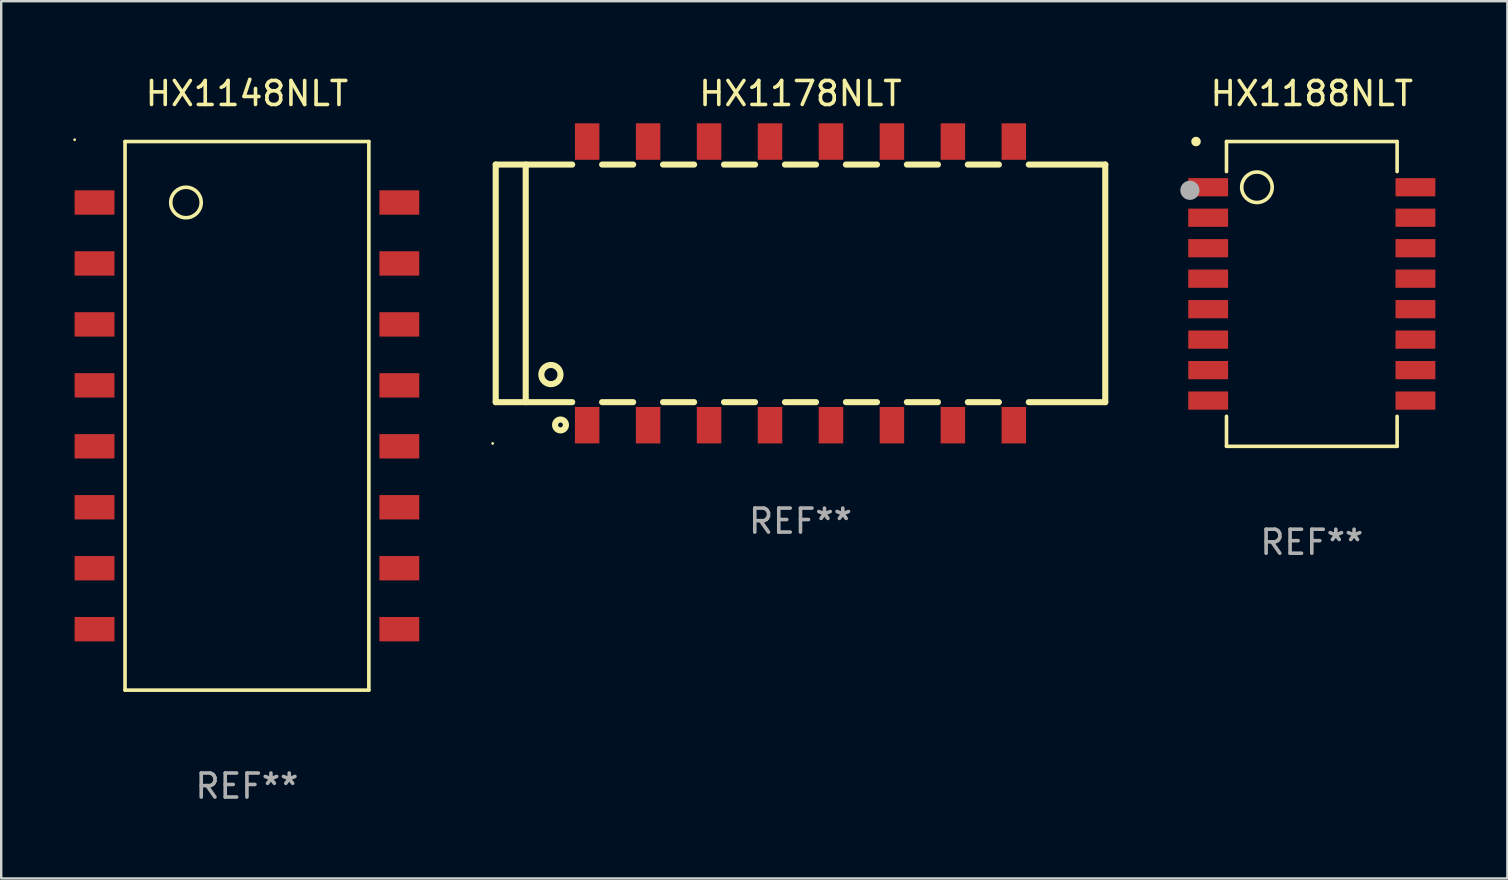
<source format=kicad_pcb>
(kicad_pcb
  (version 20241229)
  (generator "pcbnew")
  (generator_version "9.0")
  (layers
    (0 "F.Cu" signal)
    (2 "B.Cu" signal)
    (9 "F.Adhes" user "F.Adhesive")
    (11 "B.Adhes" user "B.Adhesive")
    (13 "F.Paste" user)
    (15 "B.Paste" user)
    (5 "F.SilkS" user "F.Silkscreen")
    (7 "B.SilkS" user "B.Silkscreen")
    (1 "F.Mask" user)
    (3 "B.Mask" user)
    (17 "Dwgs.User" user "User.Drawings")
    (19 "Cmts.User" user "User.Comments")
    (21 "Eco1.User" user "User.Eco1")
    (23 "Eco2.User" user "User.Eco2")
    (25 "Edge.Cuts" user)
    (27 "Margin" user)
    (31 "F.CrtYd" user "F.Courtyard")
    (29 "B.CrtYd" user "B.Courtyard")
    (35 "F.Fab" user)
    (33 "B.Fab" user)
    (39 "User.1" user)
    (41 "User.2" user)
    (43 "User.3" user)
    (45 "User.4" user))
  (footprint "HX1188NLT"
    (layer "F.Cu")
    (at 51.614 9.198)
    (property "Reference" "HX1188NLT" (at 0 -8.35 0) (layer "F.SilkS") (effects (font (size 1 1) (thickness 0.15))))
    (attr through_hole)
    (fp_line (start -3.555 -6.35) (end 3.555 -6.35) (stroke (width 0.15) (type solid)) (layer "F.SilkS"))
    (fp_line (start -3.555 -5.1) (end -3.555 -6.35) (stroke (width 0.15) (type solid)) (layer "F.SilkS"))
    (fp_line (start -3.555 6.35) (end -3.555 5.1) (stroke (width 0.15) (type solid)) (layer "F.SilkS"))
    (fp_line (start -3.555 6.35) (end 3.555 6.35) (stroke (width 0.15) (type solid)) (layer "F.SilkS"))
    (fp_line (start 3.555 -5.1) (end 3.555 -6.35) (stroke (width 0.15) (type solid)) (layer "F.SilkS"))
    (fp_line (start 3.555 6.35) (end 3.555 5.1) (stroke (width 0.15) (type solid)) (layer "F.SilkS"))
    (fp_circle (center -4.825 -6.35) (end -4.725 -6.35) (stroke (width 0.2) (type solid)) (fill no) (layer "F.SilkS"))
    (fp_circle (center -2.286 -4.445) (end -1.651 -4.445) (stroke (width 0.15) (type solid)) (fill no) (layer "F.SilkS"))
    (fp_circle (center -5.08 -4.318) (end -4.88 -4.318) (stroke (width 0.4) (type solid)) (fill no) (layer "F.Fab"))
    (fp_text user "REF**" (at 0 10.35 0) (layer "F.Fab") (effects (font (size 1 1) (thickness 0.15))))
    (pad "1" smd rect (at -4.318 -4.445 90) (size 0.76 1.66) (layers "F.Cu" "F.Mask" "F.Paste"))
    (pad "2" smd rect (at -4.318 -3.175 90) (size 0.76 1.66) (layers "F.Cu" "F.Mask" "F.Paste"))
    (pad "3" smd rect (at -4.318 -1.905 90) (size 0.76 1.66) (layers "F.Cu" "F.Mask" "F.Paste"))
    (pad "4" smd rect (at -4.318 -0.635 90) (size 0.76 1.66) (layers "F.Cu" "F.Mask" "F.Paste"))
    (pad "5" smd rect (at -4.318 0.635 90) (size 0.76 1.66) (layers "F.Cu" "F.Mask" "F.Paste"))
    (pad "6" smd rect (at -4.318 1.905 90) (size 0.76 1.66) (layers "F.Cu" "F.Mask" "F.Paste"))
    (pad "7" smd rect (at -4.318 3.175 90) (size 0.76 1.66) (layers "F.Cu" "F.Mask" "F.Paste"))
    (pad "8" smd rect (at -4.318 4.445 90) (size 0.76 1.66) (layers "F.Cu" "F.Mask" "F.Paste"))
    (pad "9" smd rect (at 4.318 4.445 90) (size 0.76 1.66) (layers "F.Cu" "F.Mask" "F.Paste"))
    (pad "10" smd rect (at 4.318 3.175 90) (size 0.76 1.66) (layers "F.Cu" "F.Mask" "F.Paste"))
    (pad "11" smd rect (at 4.318 1.905 90) (size 0.76 1.66) (layers "F.Cu" "F.Mask" "F.Paste"))
    (pad "12" smd rect (at 4.318 0.635 90) (size 0.76 1.66) (layers "F.Cu" "F.Mask" "F.Paste"))
    (pad "13" smd rect (at 4.318 -0.635 90) (size 0.76 1.66) (layers "F.Cu" "F.Mask" "F.Paste"))
    (pad "14" smd rect (at 4.318 -1.905 90) (size 0.76 1.66) (layers "F.Cu" "F.Mask" "F.Paste"))
    (pad "15" smd rect (at 4.318 -3.175 90) (size 0.76 1.66) (layers "F.Cu" "F.Mask" "F.Paste"))
    (pad "16" smd rect (at 4.318 -4.445 90) (size 0.76 1.66) (layers "F.Cu" "F.Mask" "F.Paste")))
  (footprint "HX1148NLT"
    (layer "F.Cu")
    (at 7.24 14.278)
    (property "Reference" "HX1148NLT" (at 0 -13.43 0) (layer "F.SilkS") (effects (font (size 1 1) (thickness 0.15))))
    (attr through_hole)
    (fp_line (start -5.08 -11.43) (end -5.08 11.43) (stroke (width 0.15) (type solid)) (layer "F.SilkS"))
    (fp_line (start -5.08 -11.43) (end 5.08 -11.43) (stroke (width 0.15) (type solid)) (layer "F.SilkS"))
    (fp_line (start -5.08 11.43) (end 5.08 11.43) (stroke (width 0.15) (type solid)) (layer "F.SilkS"))
    (fp_line (start 5.08 -11.43) (end 5.08 11.43) (stroke (width 0.15) (type solid)) (layer "F.SilkS"))
    (fp_circle (center -7.18 -11.505) (end -7.15 -11.505) (stroke (width 0.06) (type solid)) (fill no) (layer "F.SilkS"))
    (fp_circle (center -2.54 -8.89) (end -1.905 -8.89) (stroke (width 0.15) (type solid)) (fill no) (layer "F.SilkS"))
    (fp_text user "REF**" (at 0 15.43 0) (layer "F.Fab") (effects (font (size 1 1) (thickness 0.15))))
    (pad "1" smd rect (at -6.35 -8.89 90) (size 1.016 1.66) (layers "F.Cu" "F.Mask" "F.Paste"))
    (pad "2" smd rect (at -6.35 -6.35 90) (size 1.016 1.66) (layers "F.Cu" "F.Mask" "F.Paste"))
    (pad "3" smd rect (at -6.35 -3.81 90) (size 1.016 1.66) (layers "F.Cu" "F.Mask" "F.Paste"))
    (pad "4" smd rect (at -6.35 -1.27 90) (size 1.016 1.66) (layers "F.Cu" "F.Mask" "F.Paste"))
    (pad "5" smd rect (at -6.35 1.27 90) (size 1.016 1.66) (layers "F.Cu" "F.Mask" "F.Paste"))
    (pad "6" smd rect (at -6.35 3.81 90) (size 1.016 1.66) (layers "F.Cu" "F.Mask" "F.Paste"))
    (pad "7" smd rect (at -6.35 6.35 90) (size 1.016 1.66) (layers "F.Cu" "F.Mask" "F.Paste"))
    (pad "8" smd rect (at -6.35 8.89 90) (size 1.016 1.66) (layers "F.Cu" "F.Mask" "F.Paste"))
    (pad "9" smd rect (at 6.35 8.89 90) (size 1.016 1.66) (layers "F.Cu" "F.Mask" "F.Paste"))
    (pad "10" smd rect (at 6.35 6.35 90) (size 1.016 1.66) (layers "F.Cu" "F.Mask" "F.Paste"))
    (pad "11" smd rect (at 6.35 3.81 90) (size 1.016 1.66) (layers "F.Cu" "F.Mask" "F.Paste"))
    (pad "12" smd rect (at 6.35 1.27 90) (size 1.016 1.66) (layers "F.Cu" "F.Mask" "F.Paste"))
    (pad "13" smd rect (at 6.35 -1.27 90) (size 1.016 1.66) (layers "F.Cu" "F.Mask" "F.Paste"))
    (pad "14" smd rect (at 6.35 -3.81 90) (size 1.016 1.66) (layers "F.Cu" "F.Mask" "F.Paste"))
    (pad "15" smd rect (at 6.35 -6.35 90) (size 1.016 1.66) (layers "F.Cu" "F.Mask" "F.Paste"))
    (pad "16" smd rect (at 6.35 -8.89 90) (size 1.016 1.66) (layers "F.Cu" "F.Mask" "F.Paste")))
  (footprint "HX1178NLT"
    (layer "F.Cu")
    (at 30.307 8.758)
    (property "Reference" "HX1178NLT" (at 0 -7.91 0) (layer "F.SilkS") (effects (font (size 1 1) (thickness 0.15))))
    (attr through_hole)
    (fp_line (start -12.7 -4.95) (end -12.7 4.95) (stroke (width 0.254) (type solid)) (layer "F.SilkS"))
    (fp_line (start -12.7 -4.95) (end -9.513 -4.95) (stroke (width 0.254) (type solid)) (layer "F.SilkS"))
    (fp_line (start -12.7 4.95) (end -9.513 4.95) (stroke (width 0.254) (type solid)) (layer "F.SilkS"))
    (fp_line (start -11.45 -4.95) (end -11.45 4.95) (stroke (width 0.254) (type solid)) (layer "F.SilkS"))
    (fp_line (start -8.267 4.95) (end -6.973 4.95) (stroke (width 0.254) (type solid)) (layer "F.SilkS"))
    (fp_line (start -8.267 -4.95) (end -6.973 -4.95) (stroke (width 0.254) (type solid)) (layer "F.SilkS"))
    (fp_line (start -5.727 4.95) (end -4.433 4.95) (stroke (width 0.254) (type solid)) (layer "F.SilkS"))
    (fp_line (start -5.727 -4.95) (end -4.433 -4.95) (stroke (width 0.254) (type solid)) (layer "F.SilkS"))
    (fp_line (start -3.187 4.95) (end -1.893 4.95) (stroke (width 0.254) (type solid)) (layer "F.SilkS"))
    (fp_line (start -3.187 -4.95) (end -1.893 -4.95) (stroke (width 0.254) (type solid)) (layer "F.SilkS"))
    (fp_line (start -0.647 4.95) (end 0.647 4.95) (stroke (width 0.254) (type solid)) (layer "F.SilkS"))
    (fp_line (start -0.647 -4.95) (end 0.647 -4.95) (stroke (width 0.254) (type solid)) (layer "F.SilkS"))
    (fp_line (start 1.893 4.95) (end 3.187 4.95) (stroke (width 0.254) (type solid)) (layer "F.SilkS"))
    (fp_line (start 1.893 -4.95) (end 3.187 -4.95) (stroke (width 0.254) (type solid)) (layer "F.SilkS"))
    (fp_line (start 4.433 4.95) (end 5.727 4.95) (stroke (width 0.254) (type solid)) (layer "F.SilkS"))
    (fp_line (start 4.433 -4.95) (end 5.727 -4.95) (stroke (width 0.254) (type solid)) (layer "F.SilkS"))
    (fp_line (start 6.973 4.95) (end 8.267 4.95) (stroke (width 0.254) (type solid)) (layer "F.SilkS"))
    (fp_line (start 6.973 -4.95) (end 8.267 -4.95) (stroke (width 0.254) (type solid)) (layer "F.SilkS"))
    (fp_line (start 9.513 4.95) (end 12.7 4.95) (stroke (width 0.254) (type solid)) (layer "F.SilkS"))
    (fp_line (start 9.513 -4.95) (end 12.7 -4.95) (stroke (width 0.254) (type solid)) (layer "F.SilkS"))
    (fp_line (start 12.7 -4.95) (end 12.7 4.95) (stroke (width 0.254) (type solid)) (layer "F.SilkS"))
    (fp_circle (center -12.827 6.67) (end -12.797 6.67) (stroke (width 0.06) (type solid)) (fill no) (layer "F.SilkS"))
    (fp_circle (center -10.4 3.8) (end -10 3.8) (stroke (width 0.254) (type solid)) (fill no) (layer "F.SilkS"))
    (fp_circle (center -10 5.9) (end -9.9 5.9) (stroke (width 0.254) (type solid)) (fill no) (layer "F.SilkS"))
    (fp_text user "REF**" (at 0 9.91 0) (layer "F.Fab") (effects (font (size 1 1) (thickness 0.15))))
    (pad "1" smd rect (at -8.89 5.91 90) (size 1.52 1.02) (layers "F.Cu" "F.Mask" "F.Paste"))
    (pad "2" smd rect (at -6.35 5.91 90) (size 1.52 1.02) (layers "F.Cu" "F.Mask" "F.Paste"))
    (pad "3" smd rect (at -3.81 5.91 90) (size 1.52 1.02) (layers "F.Cu" "F.Mask" "F.Paste"))
    (pad "4" smd rect (at -1.27 5.91 90) (size 1.52 1.02) (layers "F.Cu" "F.Mask" "F.Paste"))
    (pad "5" smd rect (at 1.27 5.91 90) (size 1.52 1.02) (layers "F.Cu" "F.Mask" "F.Paste"))
    (pad "6" smd rect (at 3.81 5.91 90) (size 1.52 1.02) (layers "F.Cu" "F.Mask" "F.Paste"))
    (pad "7" smd rect (at 6.35 5.91 90) (size 1.52 1.02) (layers "F.Cu" "F.Mask" "F.Paste"))
    (pad "8" smd rect (at 8.89 5.91 90) (size 1.52 1.02) (layers "F.Cu" "F.Mask" "F.Paste"))
    (pad "9" smd rect (at 8.89 -5.91 90) (size 1.52 1.02) (layers "F.Cu" "F.Mask" "F.Paste"))
    (pad "10" smd rect (at 6.35 -5.91 90) (size 1.52 1.02) (layers "F.Cu" "F.Mask" "F.Paste"))
    (pad "11" smd rect (at 3.81 -5.91 90) (size 1.52 1.02) (layers "F.Cu" "F.Mask" "F.Paste"))
    (pad "12" smd rect (at 1.27 -5.91 90) (size 1.52 1.02) (layers "F.Cu" "F.Mask" "F.Paste"))
    (pad "13" smd rect (at -1.27 -5.91 90) (size 1.52 1.02) (layers "F.Cu" "F.Mask" "F.Paste"))
    (pad "14" smd rect (at -3.81 -5.91 90) (size 1.52 1.02) (layers "F.Cu" "F.Mask" "F.Paste"))
    (pad "15" smd rect (at -6.35 -5.91 90) (size 1.52 1.02) (layers "F.Cu" "F.Mask" "F.Paste"))
    (pad "16" smd rect (at -8.89 -5.91 90) (size 1.52 1.02) (layers "F.Cu" "F.Mask" "F.Paste")))
  (gr_rect
    (start -3 -3)
    (end 59.762 33.557)
    (stroke (width 0.1) (type default))
    (fill no)
    (layer "Edge.Cuts")))
</source>
